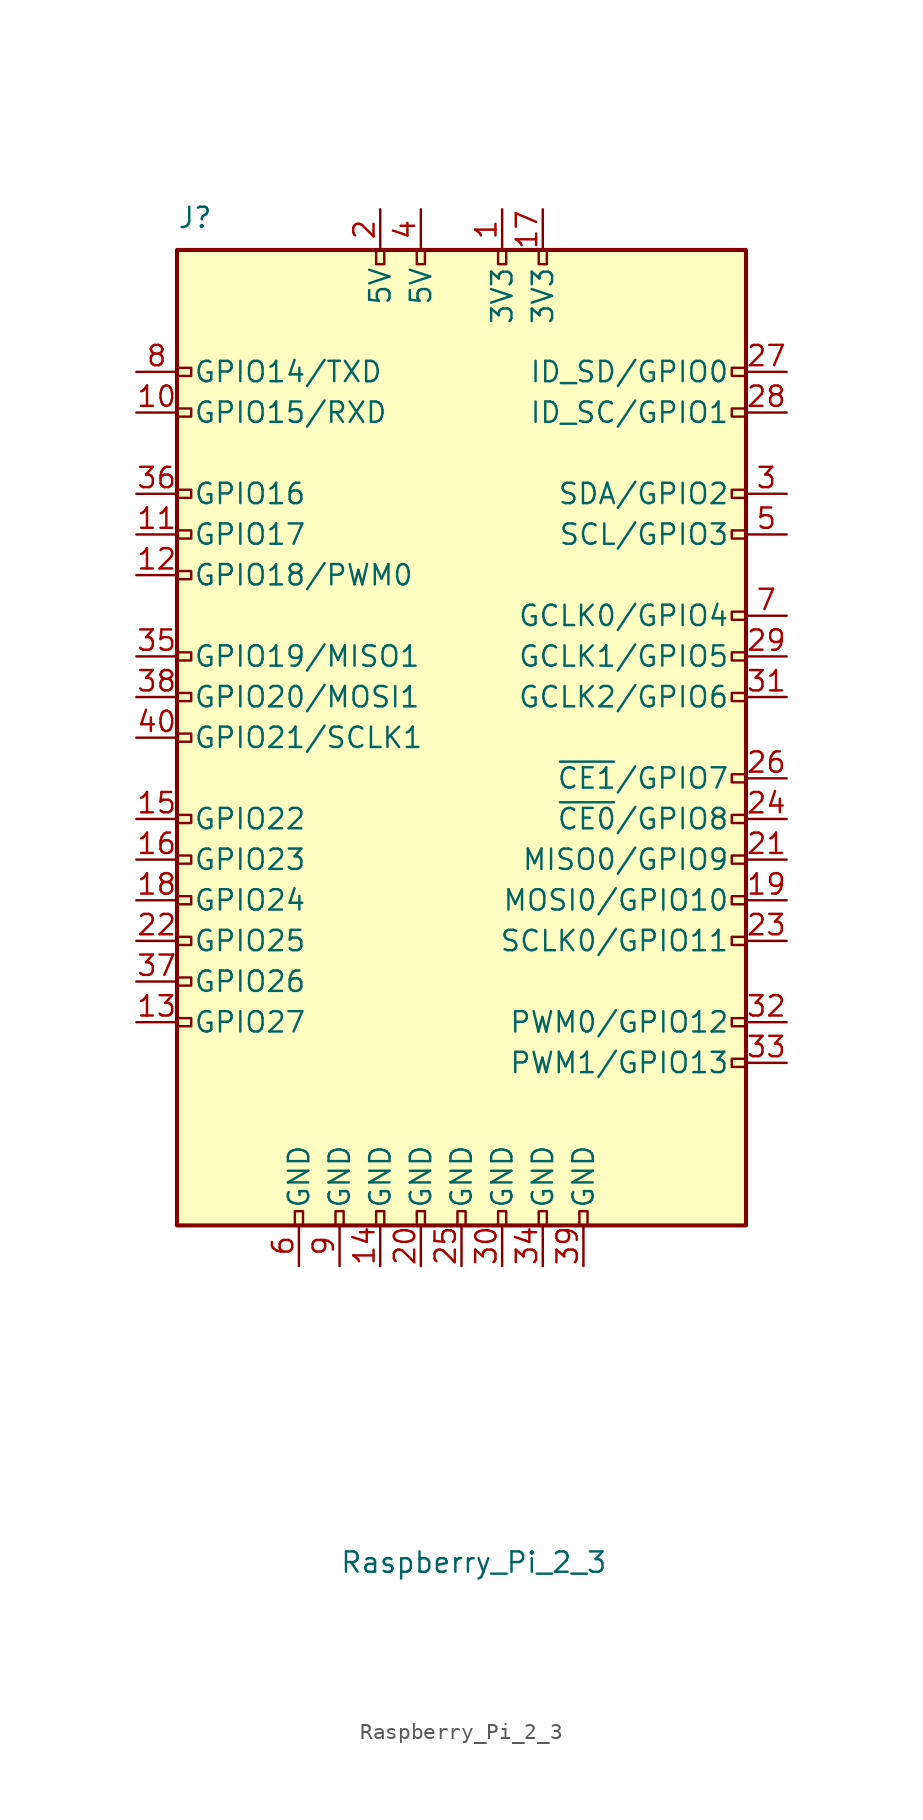
<source format=kicad_sym>
(kicad_symbol_lib
  (version 20211014)
  (generator kicad_symbol_editor)
  (symbol "Raspberry_Pi_2_3"
    (pin_names
      (offset 1.016))
    (property "Reference" "J"
      (at -17.78 31.75 0)
      (effects (font (size 1.27 1.27)) (justify left bottom)))
    (property "Value" "Raspberry_Pi_2_3"
      (at -7.62 -50.8 0)
      (effects (font (size 1.27 1.27)) (justify left top)))
    (symbol "Raspberry_Pi_2_3_0_1"
      (rectangle (start -17.78 30.48) (end 17.78 -30.48) (stroke (width 0.254) (type default) (color 0 0 0 0)) (fill (type background))))
    (symbol "Raspberry_Pi_2_3_1_1"
      (rectangle (start -16.891 -17.526) (end -17.78 -18.034) (stroke (width 0) (type default) (color 0 0 0 0)) (fill (type none)))
      (rectangle (start -16.891 -14.986) (end -17.78 -15.494) (stroke (width 0) (type default) (color 0 0 0 0)) (fill (type none)))
      (rectangle (start -16.891 -12.446) (end -17.78 -12.954) (stroke (width 0) (type default) (color 0 0 0 0)) (fill (type none)))
      (rectangle (start -16.891 -9.906) (end -17.78 -10.414) (stroke (width 0) (type default) (color 0 0 0 0)) (fill (type none)))
      (rectangle (start -16.891 -7.366) (end -17.78 -7.874) (stroke (width 0) (type default) (color 0 0 0 0)) (fill (type none)))
      (rectangle (start -16.891 -4.826) (end -17.78 -5.334) (stroke (width 0) (type default) (color 0 0 0 0)) (fill (type none)))
      (rectangle (start -16.891 0.254) (end -17.78 -0.254) (stroke (width 0) (type default) (color 0 0 0 0)) (fill (type none)))
      (rectangle (start -16.891 2.794) (end -17.78 2.286) (stroke (width 0) (type default) (color 0 0 0 0)) (fill (type none)))
      (rectangle (start -16.891 5.334) (end -17.78 4.826) (stroke (width 0) (type default) (color 0 0 0 0)) (fill (type none)))
      (rectangle (start -16.891 10.414) (end -17.78 9.906) (stroke (width 0) (type default) (color 0 0 0 0)) (fill (type none)))
      (rectangle (start -16.891 12.954) (end -17.78 12.446) (stroke (width 0) (type default) (color 0 0 0 0)) (fill (type none)))
      (rectangle (start -16.891 15.494) (end -17.78 14.986) (stroke (width 0) (type default) (color 0 0 0 0)) (fill (type none)))
      (rectangle (start -16.891 20.574) (end -17.78 20.066) (stroke (width 0) (type default) (color 0 0 0 0)) (fill (type none)))
      (rectangle (start -16.891 23.114) (end -17.78 22.606) (stroke (width 0) (type default) (color 0 0 0 0)) (fill (type none)))
      (rectangle (start -10.414 -29.591) (end -9.906 -30.48) (stroke (width 0) (type default) (color 0 0 0 0)) (fill (type none)))
      (rectangle (start -7.874 -29.591) (end -7.366 -30.48) (stroke (width 0) (type default) (color 0 0 0 0)) (fill (type none)))
      (rectangle (start -5.334 -29.591) (end -4.826 -30.48) (stroke (width 0) (type default) (color 0 0 0 0)) (fill (type none)))
      (rectangle (start -5.334 30.48) (end -4.826 29.591) (stroke (width 0) (type default) (color 0 0 0 0)) (fill (type none)))
      (rectangle (start -2.794 -29.591) (end -2.286 -30.48) (stroke (width 0) (type default) (color 0 0 0 0)) (fill (type none)))
      (rectangle (start -2.794 30.48) (end -2.286 29.591) (stroke (width 0) (type default) (color 0 0 0 0)) (fill (type none)))
      (rectangle (start -0.254 -29.591) (end 0.254 -30.48) (stroke (width 0) (type default) (color 0 0 0 0)) (fill (type none)))
      (rectangle (start 2.286 -29.591) (end 2.794 -30.48) (stroke (width 0) (type default) (color 0 0 0 0)) (fill (type none)))
      (rectangle (start 2.286 30.48) (end 2.794 29.591) (stroke (width 0) (type default) (color 0 0 0 0)) (fill (type none)))
      (rectangle (start 4.826 -29.591) (end 5.334 -30.48) (stroke (width 0) (type default) (color 0 0 0 0)) (fill (type none)))
      (rectangle (start 4.826 30.48) (end 5.334 29.591) (stroke (width 0) (type default) (color 0 0 0 0)) (fill (type none)))
      (rectangle (start 7.366 -29.591) (end 7.874 -30.48) (stroke (width 0) (type default) (color 0 0 0 0)) (fill (type none)))
      (rectangle (start 17.78 -20.066) (end 16.891 -20.574) (stroke (width 0) (type default) (color 0 0 0 0)) (fill (type none)))
      (rectangle (start 17.78 -17.526) (end 16.891 -18.034) (stroke (width 0) (type default) (color 0 0 0 0)) (fill (type none)))
      (rectangle (start 17.78 -12.446) (end 16.891 -12.954) (stroke (width 0) (type default) (color 0 0 0 0)) (fill (type none)))
      (rectangle (start 17.78 -9.906) (end 16.891 -10.414) (stroke (width 0) (type default) (color 0 0 0 0)) (fill (type none)))
      (rectangle (start 17.78 -7.366) (end 16.891 -7.874) (stroke (width 0) (type default) (color 0 0 0 0)) (fill (type none)))
      (rectangle (start 17.78 -4.826) (end 16.891 -5.334) (stroke (width 0) (type default) (color 0 0 0 0)) (fill (type none)))
      (rectangle (start 17.78 -2.286) (end 16.891 -2.794) (stroke (width 0) (type default) (color 0 0 0 0)) (fill (type none)))
      (rectangle (start 17.78 2.794) (end 16.891 2.286) (stroke (width 0) (type default) (color 0 0 0 0)) (fill (type none)))
      (rectangle (start 17.78 5.334) (end 16.891 4.826) (stroke (width 0) (type default) (color 0 0 0 0)) (fill (type none)))
      (rectangle (start 17.78 7.874) (end 16.891 7.366) (stroke (width 0) (type default) (color 0 0 0 0)) (fill (type none)))
      (rectangle (start 17.78 12.954) (end 16.891 12.446) (stroke (width 0) (type default) (color 0 0 0 0)) (fill (type none)))
      (rectangle (start 17.78 15.494) (end 16.891 14.986) (stroke (width 0) (type default) (color 0 0 0 0)) (fill (type none)))
      (rectangle (start 17.78 20.574) (end 16.891 20.066) (stroke (width 0) (type default) (color 0 0 0 0)) (fill (type none)))
      (rectangle (start 17.78 23.114) (end 16.891 22.606) (stroke (width 0) (type default) (color 0 0 0 0)) (fill (type none)))
      (pin power_in line (at 2.54 33.02 270) (length 2.54) (name "3V3" (effects (font (size 1.27 1.27)))) (number "1" (effects (font (size 1.27 1.27)))))
      (pin bidirectional line (at -20.32 20.32 0) (length 2.54) (name "GPIO15/RXD" (effects (font (size 1.27 1.27)))) (number "10" (effects (font (size 1.27 1.27)))))
      (pin bidirectional line (at -20.32 12.7 0) (length 2.54) (name "GPIO17" (effects (font (size 1.27 1.27)))) (number "11" (effects (font (size 1.27 1.27)))))
      (pin bidirectional line (at -20.32 10.16 0) (length 2.54) (name "GPIO18/PWM0" (effects (font (size 1.27 1.27)))) (number "12" (effects (font (size 1.27 1.27)))))
      (pin bidirectional line (at -20.32 -17.78 0) (length 2.54) (name "GPIO27" (effects (font (size 1.27 1.27)))) (number "13" (effects (font (size 1.27 1.27)))))
      (pin power_in line (at -5.08 -33.02 90) (length 2.54) (name "GND" (effects (font (size 1.27 1.27)))) (number "14" (effects (font (size 1.27 1.27)))))
      (pin bidirectional line (at -20.32 -5.08 0) (length 2.54) (name "GPIO22" (effects (font (size 1.27 1.27)))) (number "15" (effects (font (size 1.27 1.27)))))
      (pin bidirectional line (at -20.32 -7.62 0) (length 2.54) (name "GPIO23" (effects (font (size 1.27 1.27)))) (number "16" (effects (font (size 1.27 1.27)))))
      (pin power_in line (at 5.08 33.02 270) (length 2.54) (name "3V3" (effects (font (size 1.27 1.27)))) (number "17" (effects (font (size 1.27 1.27)))))
      (pin bidirectional line (at -20.32 -10.16 0) (length 2.54) (name "GPIO24" (effects (font (size 1.27 1.27)))) (number "18" (effects (font (size 1.27 1.27)))))
      (pin bidirectional line (at 20.32 -10.16 180) (length 2.54) (name "MOSI0/GPIO10" (effects (font (size 1.27 1.27)))) (number "19" (effects (font (size 1.27 1.27)))))
      (pin power_in line (at -5.08 33.02 270) (length 2.54) (name "5V" (effects (font (size 1.27 1.27)))) (number "2" (effects (font (size 1.27 1.27)))))
      (pin power_in line (at -2.54 -33.02 90) (length 2.54) (name "GND" (effects (font (size 1.27 1.27)))) (number "20" (effects (font (size 1.27 1.27)))))
      (pin bidirectional line (at 20.32 -7.62 180) (length 2.54) (name "MISO0/GPIO9" (effects (font (size 1.27 1.27)))) (number "21" (effects (font (size 1.27 1.27)))))
      (pin bidirectional line (at -20.32 -12.7 0) (length 2.54) (name "GPIO25" (effects (font (size 1.27 1.27)))) (number "22" (effects (font (size 1.27 1.27)))))
      (pin bidirectional line (at 20.32 -12.7 180) (length 2.54) (name "SCLK0/GPIO11" (effects (font (size 1.27 1.27)))) (number "23" (effects (font (size 1.27 1.27)))))
      (pin bidirectional line (at 20.32 -5.08 180) (length 2.54) (name "~{CE0}/GPIO8" (effects (font (size 1.27 1.27)))) (number "24" (effects (font (size 1.27 1.27)))))
      (pin power_in line (at 0 -33.02 90) (length 2.54) (name "GND" (effects (font (size 1.27 1.27)))) (number "25" (effects (font (size 1.27 1.27)))))
      (pin bidirectional line (at 20.32 -2.54 180) (length 2.54) (name "~{CE1}/GPIO7" (effects (font (size 1.27 1.27)))) (number "26" (effects (font (size 1.27 1.27)))))
      (pin bidirectional line (at 20.32 22.86 180) (length 2.54) (name "ID_SD/GPIO0" (effects (font (size 1.27 1.27)))) (number "27" (effects (font (size 1.27 1.27)))))
      (pin bidirectional line (at 20.32 20.32 180) (length 2.54) (name "ID_SC/GPIO1" (effects (font (size 1.27 1.27)))) (number "28" (effects (font (size 1.27 1.27)))))
      (pin bidirectional line (at 20.32 5.08 180) (length 2.54) (name "GCLK1/GPIO5" (effects (font (size 1.27 1.27)))) (number "29" (effects (font (size 1.27 1.27)))))
      (pin bidirectional line (at 20.32 15.24 180) (length 2.54) (name "SDA/GPIO2" (effects (font (size 1.27 1.27)))) (number "3" (effects (font (size 1.27 1.27)))))
      (pin power_in line (at 2.54 -33.02 90) (length 2.54) (name "GND" (effects (font (size 1.27 1.27)))) (number "30" (effects (font (size 1.27 1.27)))))
      (pin bidirectional line (at 20.32 2.54 180) (length 2.54) (name "GCLK2/GPIO6" (effects (font (size 1.27 1.27)))) (number "31" (effects (font (size 1.27 1.27)))))
      (pin bidirectional line (at 20.32 -17.78 180) (length 2.54) (name "PWM0/GPIO12" (effects (font (size 1.27 1.27)))) (number "32" (effects (font (size 1.27 1.27)))))
      (pin bidirectional line (at 20.32 -20.32 180) (length 2.54) (name "PWM1/GPIO13" (effects (font (size 1.27 1.27)))) (number "33" (effects (font (size 1.27 1.27)))))
      (pin power_in line (at 5.08 -33.02 90) (length 2.54) (name "GND" (effects (font (size 1.27 1.27)))) (number "34" (effects (font (size 1.27 1.27)))))
      (pin bidirectional line (at -20.32 5.08 0) (length 2.54) (name "GPIO19/MISO1" (effects (font (size 1.27 1.27)))) (number "35" (effects (font (size 1.27 1.27)))))
      (pin bidirectional line (at -20.32 15.24 0) (length 2.54) (name "GPIO16" (effects (font (size 1.27 1.27)))) (number "36" (effects (font (size 1.27 1.27)))))
      (pin bidirectional line (at -20.32 -15.24 0) (length 2.54) (name "GPIO26" (effects (font (size 1.27 1.27)))) (number "37" (effects (font (size 1.27 1.27)))))
      (pin bidirectional line (at -20.32 2.54 0) (length 2.54) (name "GPIO20/MOSI1" (effects (font (size 1.27 1.27)))) (number "38" (effects (font (size 1.27 1.27)))))
      (pin power_in line (at 7.62 -33.02 90) (length 2.54) (name "GND" (effects (font (size 1.27 1.27)))) (number "39" (effects (font (size 1.27 1.27)))))
      (pin power_in line (at -2.54 33.02 270) (length 2.54) (name "5V" (effects (font (size 1.27 1.27)))) (number "4" (effects (font (size 1.27 1.27)))))
      (pin bidirectional line (at -20.32 0 0) (length 2.54) (name "GPIO21/SCLK1" (effects (font (size 1.27 1.27)))) (number "40" (effects (font (size 1.27 1.27)))))
      (pin bidirectional line (at 20.32 12.7 180) (length 2.54) (name "SCL/GPIO3" (effects (font (size 1.27 1.27)))) (number "5" (effects (font (size 1.27 1.27)))))
      (pin power_in line (at -10.16 -33.02 90) (length 2.54) (name "GND" (effects (font (size 1.27 1.27)))) (number "6" (effects (font (size 1.27 1.27)))))
      (pin bidirectional line (at 20.32 7.62 180) (length 2.54) (name "GCLK0/GPIO4" (effects (font (size 1.27 1.27)))) (number "7" (effects (font (size 1.27 1.27)))))
      (pin bidirectional line (at -20.32 22.86 0) (length 2.54) (name "GPIO14/TXD" (effects (font (size 1.27 1.27)))) (number "8" (effects (font (size 1.27 1.27)))))
      (pin power_in line (at -7.62 -33.02 90) (length 2.54) (name "GND" (effects (font (size 1.27 1.27)))) (number "9" (effects (font (size 1.27 1.27))))))))
</source>
